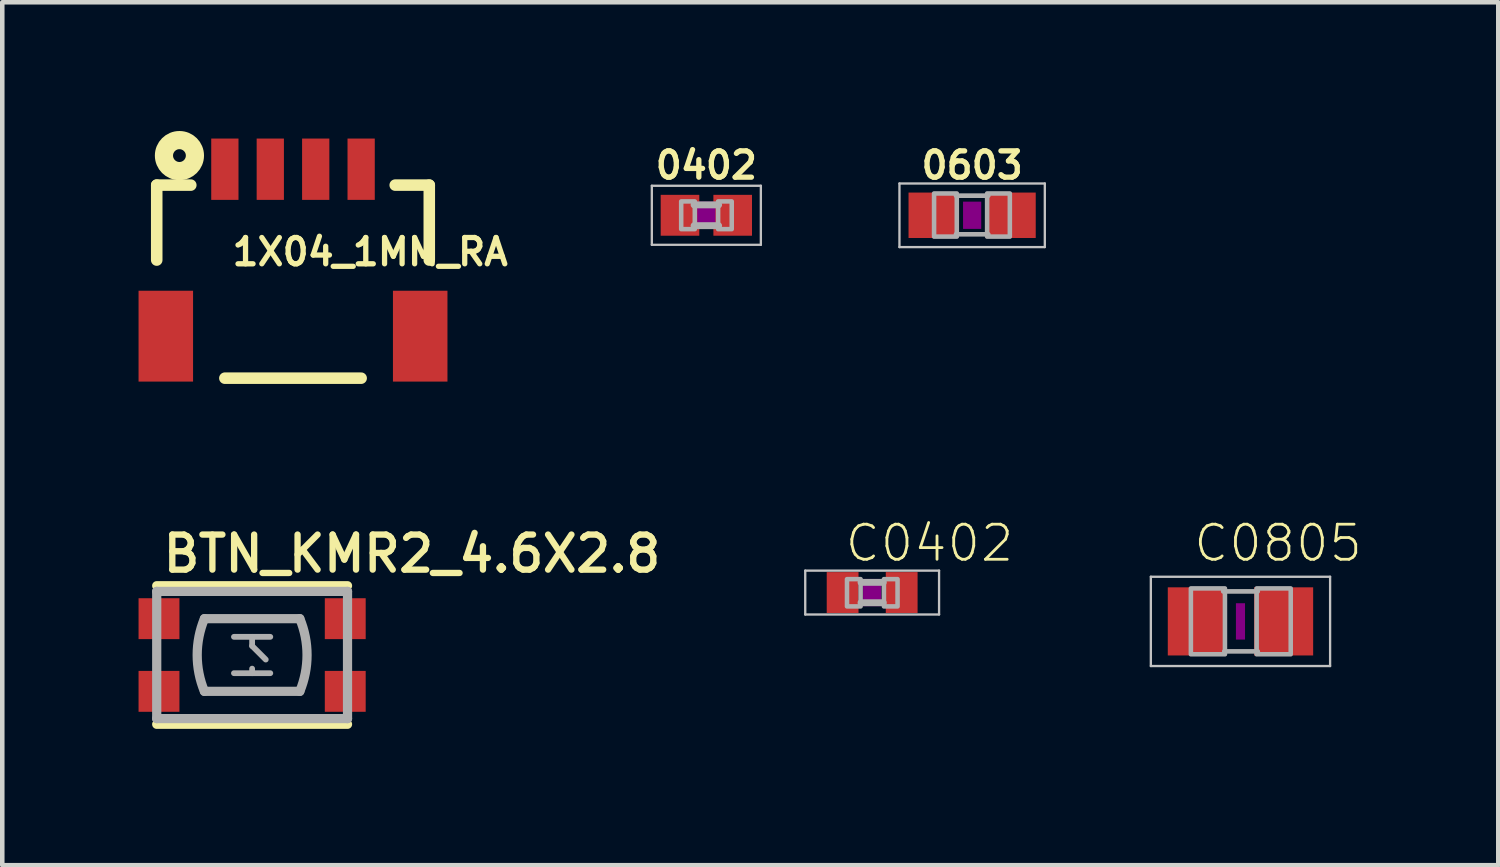
<source format=kicad_pcb>
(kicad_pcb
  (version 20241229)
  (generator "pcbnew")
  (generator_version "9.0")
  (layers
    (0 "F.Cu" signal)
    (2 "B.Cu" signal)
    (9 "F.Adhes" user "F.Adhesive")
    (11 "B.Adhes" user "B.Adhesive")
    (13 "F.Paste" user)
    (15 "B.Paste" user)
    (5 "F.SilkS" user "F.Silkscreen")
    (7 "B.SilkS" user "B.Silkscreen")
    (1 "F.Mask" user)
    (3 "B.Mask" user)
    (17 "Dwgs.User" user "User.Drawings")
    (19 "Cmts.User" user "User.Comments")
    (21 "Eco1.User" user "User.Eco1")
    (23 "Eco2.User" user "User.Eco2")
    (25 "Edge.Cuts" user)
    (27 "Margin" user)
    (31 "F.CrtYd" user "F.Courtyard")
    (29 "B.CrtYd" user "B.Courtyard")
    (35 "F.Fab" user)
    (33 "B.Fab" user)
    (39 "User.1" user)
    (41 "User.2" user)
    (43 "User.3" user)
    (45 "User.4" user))
  (footprint "C0402"
    (layer "F.Cu")
    (at 16.149 9.994)
    (property "Reference" "C0402" (at -0.635 -0.635 0) (layer "F.SilkS") (effects (font (size 0.772 0.772) (thickness 0.062)) (justify left bottom)))
    (attr through_hole)
    (fp_poly (pts (xy -0.2 0.3) (xy 0.2 0.3) (xy 0.2 -0.3) (xy -0.2 -0.3)) (stroke (width 0) (type solid)) (fill yes) (layer "F.Adhes"))
    (fp_line (start -1.473 -0.483) (end 1.473 -0.483) (stroke (width 0.051) (type solid)) (layer "Dwgs.User"))
    (fp_line (start -1.473 0.483) (end -1.473 -0.483) (stroke (width 0.051) (type solid)) (layer "Dwgs.User"))
    (fp_line (start 1.473 -0.483) (end 1.473 0.483) (stroke (width 0.051) (type solid)) (layer "Dwgs.User"))
    (fp_line (start 1.473 0.483) (end -1.473 0.483) (stroke (width 0.051) (type solid)) (layer "Dwgs.User"))
    (fp_line (start -0.245 -0.224) (end 0.245 -0.224) (stroke (width 0.152) (type solid)) (layer "F.Fab"))
    (fp_line (start 0.245 0.224) (end -0.245 0.224) (stroke (width 0.152) (type solid)) (layer "F.Fab"))
    (fp_poly (pts (xy -0.554 0.305) (xy -0.254 0.305) (xy -0.254 -0.295) (xy -0.554 -0.295)) (stroke (width 0.1) (type solid)) (fill no) (layer "F.Fab"))
    (fp_poly (pts (xy 0.259 0.305) (xy 0.559 0.305) (xy 0.559 -0.295) (xy 0.259 -0.295)) (stroke (width 0.1) (type solid)) (fill no) (layer "F.Fab"))
    (pad "1" smd rect (at -0.65 0) (size 0.7 0.9) (layers "F.Cu" "F.Mask" "F.Paste"))
    (pad "2" smd rect (at 0.65 0) (size 0.7 0.9) (layers "F.Cu" "F.Mask" "F.Paste")))
  (footprint "BTN_KMR2_4.6X2.8"
    (layer "F.Cu")
    (at 2.5 11.369)
    (property "Reference" "BTN_KMR2_4.6X2.8" (at -2.032 -1.778 0) (layer "F.SilkS") (effects (font (size 0.772 0.772) (thickness 0.139)) (justify left bottom)))
    (attr through_hole)
    (fp_line (start -2.1 -1.525) (end 2.1 -1.525) (stroke (width 0.203) (type solid)) (layer "F.SilkS"))
    (fp_line (start 2.1 1.525) (end -2.1 1.525) (stroke (width 0.203) (type solid)) (layer "F.SilkS"))
    (fp_line (start -2.1 -1.4) (end 2.1 -1.4) (stroke (width 0.203) (type solid)) (layer "F.Fab"))
    (fp_line (start -2.1 1.4) (end -2.1 -1.4) (stroke (width 0.203) (type solid)) (layer "F.Fab"))
    (fp_line (start -1.05 -0.8) (end 1.05 -0.8) (stroke (width 0.203) (type solid)) (layer "F.Fab"))
    (fp_line (start -0.4 -0.4) (end 0 -0.4) (stroke (width 0.127) (type solid)) (layer "F.Fab"))
    (fp_line (start -0.4 0.4) (end 0 0.4) (stroke (width 0.127) (type solid)) (layer "F.Fab"))
    (fp_line (start 0 -0.4) (end 0 -0.2) (stroke (width 0.127) (type solid)) (layer "F.Fab"))
    (fp_line (start 0 -0.4) (end 0.4 -0.4) (stroke (width 0.127) (type solid)) (layer "F.Fab"))
    (fp_line (start 0 -0.2) (end 0.3 0.1) (stroke (width 0.127) (type solid)) (layer "F.Fab"))
    (fp_line (start 0 0.4) (end 0 0.3) (stroke (width 0.127) (type solid)) (layer "F.Fab"))
    (fp_line (start 0 0.4) (end 0.4 0.4) (stroke (width 0.127) (type solid)) (layer "F.Fab"))
    (fp_line (start 1.05 0.8) (end -1.05 0.8) (stroke (width 0.203) (type solid)) (layer "F.Fab"))
    (fp_line (start 2.1 -1.4) (end 2.1 1.4) (stroke (width 0.203) (type solid)) (layer "F.Fab"))
    (fp_line (start 2.1 1.4) (end -2.1 1.4) (stroke (width 0.203) (type solid)) (layer "F.Fab"))
    (fp_arc (start -1.05 0.8) (mid -1.209128 0) (end -1.05 -0.799999) (stroke (width 0.2032) (type solid)) (layer "F.Fab"))
    (fp_arc (start 1.05 -0.8) (mid 1.209128 0) (end 1.05 0.799999) (stroke (width 0.2032) (type solid)) (layer "F.Fab"))
    (pad "A" smd rect (at 2.05 -0.8) (size 0.9 0.9) (layers "F.Cu" "F.Mask" "F.Paste"))
    (pad "A'" smd rect (at -2.05 -0.8) (size 0.9 0.9) (layers "F.Cu" "F.Mask" "F.Paste"))
    (pad "B" smd rect (at 2.05 0.8) (size 0.9 0.9) (layers "F.Cu" "F.Mask" "F.Paste"))
    (pad "B'" smd rect (at -2.05 0.8) (size 0.9 0.9) (layers "F.Cu" "F.Mask" "F.Paste")))
  (footprint "0402"
    (layer "F.Cu")
    (at 12.499 1.689)
    (property "Reference" "0402" (at 0 -0.762 180) (layer "F.SilkS") (effects (font (size 0.579 0.579) (thickness 0.116)) (justify bottom)))
    (attr through_hole)
    (fp_poly (pts (xy -0.2 0.3) (xy 0.2 0.3) (xy 0.2 -0.3) (xy -0.2 -0.3)) (stroke (width 0) (type solid)) (fill yes) (layer "F.Adhes"))
    (fp_line (start -1.2 -0.65) (end 1.2 -0.65) (stroke (width 0.051) (type solid)) (layer "Dwgs.User"))
    (fp_line (start -1.2 0.65) (end -1.2 -0.65) (stroke (width 0.051) (type solid)) (layer "Dwgs.User"))
    (fp_line (start 1.2 -0.65) (end 1.2 0.65) (stroke (width 0.051) (type solid)) (layer "Dwgs.User"))
    (fp_line (start 1.2 0.65) (end -1.2 0.65) (stroke (width 0.051) (type solid)) (layer "Dwgs.User"))
    (fp_line (start -0.27 -0.229) (end 0.27 -0.229) (stroke (width 0.152) (type solid)) (layer "F.Fab"))
    (fp_line (start 0.27 0.229) (end -0.27 0.229) (stroke (width 0.152) (type solid)) (layer "F.Fab"))
    (fp_poly (pts (xy -0.554 0.305) (xy -0.254 0.305) (xy -0.254 -0.305) (xy -0.554 -0.305)) (stroke (width 0.1) (type solid)) (fill no) (layer "F.Fab"))
    (fp_poly (pts (xy 0.259 0.305) (xy 0.559 0.305) (xy 0.559 -0.305) (xy 0.259 -0.305)) (stroke (width 0.1) (type solid)) (fill no) (layer "F.Fab"))
    (pad "1" smd rect (at -0.58 0) (size 0.85 0.9) (layers "F.Cu" "F.Mask" "F.Paste"))
    (pad "2" smd rect (at 0.58 0) (size 0.85 0.9) (layers "F.Cu" "F.Mask" "F.Paste")))
  (footprint "1X04_1MM_RA"
    (layer "F.Cu")
    (at 3.4 0.675)
    (property "Reference" "1X04_1MM_RA" (at -1.397 2.159 180) (layer "F.SilkS") (effects (font (size 0.579 0.579) (thickness 0.116)) (justify left bottom)))
    (attr through_hole)
    (fp_line (start -3 0.35) (end -2.25 0.35) (stroke (width 0.254) (type solid)) (layer "F.SilkS"))
    (fp_line (start -3 2) (end -3 0.35) (stroke (width 0.254) (type solid)) (layer "F.SilkS"))
    (fp_line (start -1.5 4.6) (end 1.5 4.6) (stroke (width 0.254) (type solid)) (layer "F.SilkS"))
    (fp_line (start 2.25 0.35) (end 3 0.35) (stroke (width 0.254) (type solid)) (layer "F.SilkS"))
    (fp_line (start 3 0.35) (end 3 2) (stroke (width 0.254) (type solid)) (layer "F.SilkS"))
    (fp_circle (center -2.5 -0.3) (end -2.359 -0.3) (stroke (width 0.4) (type solid)) (fill no) (layer "F.SilkS"))
    (pad "1" smd rect (at -1.5 0) (size 0.6 1.35) (layers "F.Cu" "F.Mask" "F.Paste"))
    (pad "2" smd rect (at -0.5 0) (size 0.6 1.35) (layers "F.Cu" "F.Mask" "F.Paste"))
    (pad "3" smd rect (at 0.5 0) (size 0.6 1.35) (layers "F.Cu" "F.Mask" "F.Paste"))
    (pad "4" smd rect (at 1.5 0) (size 0.6 1.35) (layers "F.Cu" "F.Mask" "F.Paste"))
    (pad "NC1" smd rect (at 2.8 3.675) (size 1.2 2) (layers "F.Cu" "F.Mask" "F.Paste"))
    (pad "NC2" smd rect (at -2.8 3.675) (size 1.2 2) (layers "F.Cu" "F.Mask" "F.Paste")))
  (footprint "C0805"
    (layer "F.Cu")
    (at 24.257 10.629)
    (property "Reference" "C0805" (at -1.07 -1.27 0) (layer "F.SilkS") (effects (font (size 0.772 0.772) (thickness 0.062)) (justify left bottom)))
    (attr through_hole)
    (fp_poly (pts (xy -0.1 0.4) (xy 0.1 0.4) (xy 0.1 -0.4) (xy -0.1 -0.4)) (stroke (width 0) (type solid)) (fill yes) (layer "F.Adhes"))
    (fp_line (start -1.973 -0.983) (end 1.973 -0.983) (stroke (width 0.051) (type solid)) (layer "Dwgs.User"))
    (fp_line (start -1.973 0.983) (end -1.973 -0.983) (stroke (width 0.051) (type solid)) (layer "Dwgs.User"))
    (fp_line (start 1.973 -0.983) (end 1.973 0.983) (stroke (width 0.051) (type solid)) (layer "Dwgs.User"))
    (fp_line (start 1.973 0.983) (end -1.973 0.983) (stroke (width 0.051) (type solid)) (layer "Dwgs.User"))
    (fp_line (start -0.381 -0.66) (end 0.381 -0.66) (stroke (width 0.102) (type solid)) (layer "F.Fab"))
    (fp_line (start -0.356 0.66) (end 0.381 0.66) (stroke (width 0.102) (type solid)) (layer "F.Fab"))
    (fp_poly (pts (xy -1.092 0.724) (xy -0.342 0.724) (xy -0.342 -0.726) (xy -1.092 -0.726)) (stroke (width 0.1) (type solid)) (fill no) (layer "F.Fab"))
    (fp_poly (pts (xy 0.356 0.724) (xy 1.106 0.724) (xy 1.106 -0.726) (xy 0.356 -0.726)) (stroke (width 0.1) (type solid)) (fill no) (layer "F.Fab"))
    (pad "1" smd rect (at -0.95 0) (size 1.3 1.5) (layers "F.Cu" "F.Mask" "F.Paste"))
    (pad "2" smd rect (at 0.95 0) (size 1.3 1.5) (layers "F.Cu" "F.Mask" "F.Paste")))
  (footprint "0603"
    (layer "F.Cu")
    (at 18.35 1.689)
    (property "Reference" "0603" (at 0 -0.762 0) (layer "F.SilkS") (effects (font (size 0.579 0.579) (thickness 0.116)) (justify bottom)))
    (attr through_hole)
    (fp_poly (pts (xy -0.2 0.3) (xy 0.2 0.3) (xy 0.2 -0.3) (xy -0.2 -0.3)) (stroke (width 0) (type solid)) (fill yes) (layer "F.Adhes"))
    (fp_line (start -1.6 -0.7) (end 1.6 -0.7) (stroke (width 0.051) (type solid)) (layer "Dwgs.User"))
    (fp_line (start -1.6 0.7) (end -1.6 -0.7) (stroke (width 0.051) (type solid)) (layer "Dwgs.User"))
    (fp_line (start 1.6 -0.7) (end 1.6 0.7) (stroke (width 0.051) (type solid)) (layer "Dwgs.User"))
    (fp_line (start 1.6 0.7) (end -1.6 0.7) (stroke (width 0.051) (type solid)) (layer "Dwgs.User"))
    (fp_line (start -0.356 -0.432) (end 0.356 -0.432) (stroke (width 0.102) (type solid)) (layer "F.Fab"))
    (fp_line (start -0.356 0.419) (end 0.356 0.419) (stroke (width 0.102) (type solid)) (layer "F.Fab"))
    (fp_poly (pts (xy -0.838 0.47) (xy -0.338 0.47) (xy -0.338 -0.48) (xy -0.838 -0.48)) (stroke (width 0.1) (type solid)) (fill no) (layer "F.Fab"))
    (fp_poly (pts (xy 0.33 0.47) (xy 0.83 0.47) (xy 0.83 -0.48) (xy 0.33 -0.48)) (stroke (width 0.1) (type solid)) (fill no) (layer "F.Fab"))
    (pad "1" smd rect (at -0.85 0) (size 1.1 1) (layers "F.Cu" "F.Mask" "F.Paste"))
    (pad "2" smd rect (at 0.85 0) (size 1.1 1) (layers "F.Cu" "F.Mask" "F.Paste")))
  (gr_rect
    (start -3 -3)
    (end 29.932 15.996)
    (stroke (width 0.1) (type default))
    (fill no)
    (layer "Edge.Cuts")))
</source>
